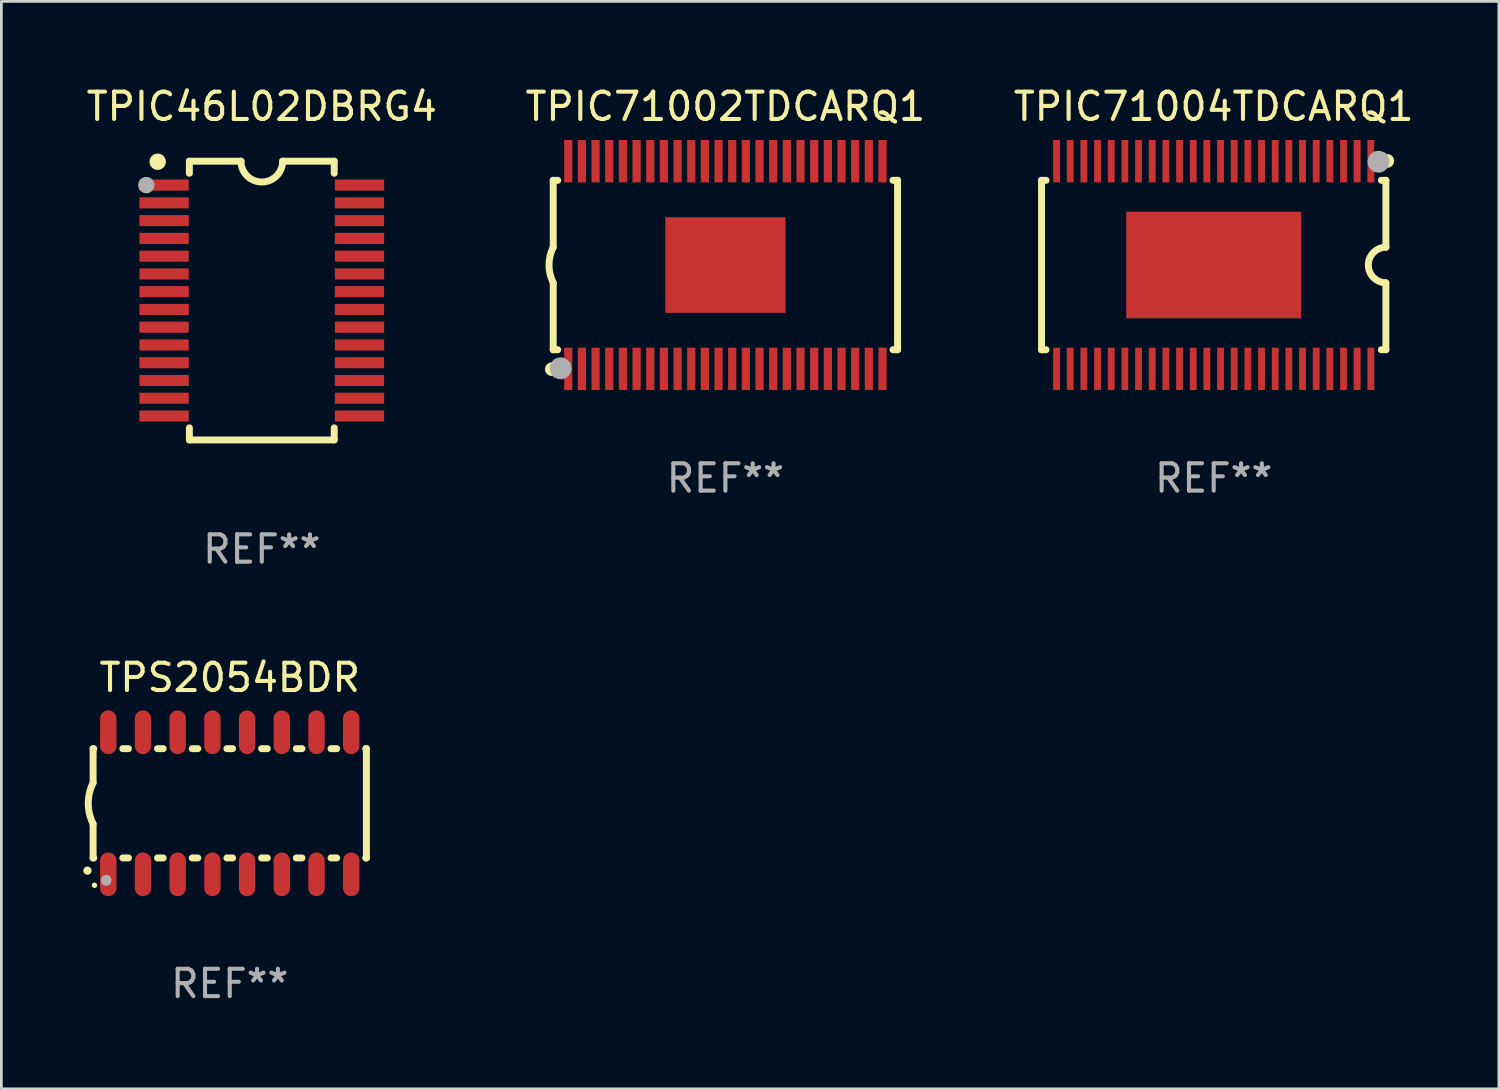
<source format=kicad_pcb>
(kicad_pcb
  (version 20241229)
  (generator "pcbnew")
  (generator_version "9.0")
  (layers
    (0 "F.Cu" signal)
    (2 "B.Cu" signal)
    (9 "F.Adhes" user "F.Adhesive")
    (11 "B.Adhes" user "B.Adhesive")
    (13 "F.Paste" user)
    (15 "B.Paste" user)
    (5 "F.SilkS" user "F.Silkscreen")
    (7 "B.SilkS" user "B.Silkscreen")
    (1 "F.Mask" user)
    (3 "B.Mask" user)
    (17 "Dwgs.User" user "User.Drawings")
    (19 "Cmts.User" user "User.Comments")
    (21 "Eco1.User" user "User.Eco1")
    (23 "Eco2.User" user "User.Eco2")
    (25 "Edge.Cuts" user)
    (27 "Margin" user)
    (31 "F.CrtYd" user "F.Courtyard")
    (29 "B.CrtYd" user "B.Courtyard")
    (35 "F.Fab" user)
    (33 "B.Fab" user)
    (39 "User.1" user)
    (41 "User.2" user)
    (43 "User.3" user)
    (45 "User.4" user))
  (footprint "TPS2054BDR"
    (layer "F.Cu")
    (at 5.357 26.345)
    (property "Reference" "TPS2054BDR" (at 0 -4.6 0) (layer "F.SilkS") (effects (font (size 1 1) (thickness 0.15))))
    (attr through_hole)
    (fp_line (start -5 -2) (end -5 -0.75) (stroke (width 0.254) (type solid)) (layer "F.SilkS"))
    (fp_line (start -5 -2) (end -4.976 -2) (stroke (width 0.254) (type solid)) (layer "F.SilkS"))
    (fp_line (start -5 2) (end -5 0.75) (stroke (width 0.254) (type solid)) (layer "F.SilkS"))
    (fp_line (start -5 2) (end -4.976 2) (stroke (width 0.254) (type solid)) (layer "F.SilkS"))
    (fp_line (start -3.914 -2) (end -3.706 -2) (stroke (width 0.254) (type solid)) (layer "F.SilkS"))
    (fp_line (start -3.914 2) (end -3.706 2) (stroke (width 0.254) (type solid)) (layer "F.SilkS"))
    (fp_line (start -2.644 -2) (end -2.436 -2) (stroke (width 0.254) (type solid)) (layer "F.SilkS"))
    (fp_line (start -2.644 2) (end -2.436 2) (stroke (width 0.254) (type solid)) (layer "F.SilkS"))
    (fp_line (start -1.374 -2) (end -1.166 -2) (stroke (width 0.254) (type solid)) (layer "F.SilkS"))
    (fp_line (start -1.374 2) (end -1.166 2) (stroke (width 0.254) (type solid)) (layer "F.SilkS"))
    (fp_line (start -0.104 -2) (end 0.104 -2) (stroke (width 0.254) (type solid)) (layer "F.SilkS"))
    (fp_line (start -0.104 2) (end 0.104 2) (stroke (width 0.254) (type solid)) (layer "F.SilkS"))
    (fp_line (start 1.166 -2) (end 1.374 -2) (stroke (width 0.254) (type solid)) (layer "F.SilkS"))
    (fp_line (start 1.166 2) (end 1.374 2) (stroke (width 0.254) (type solid)) (layer "F.SilkS"))
    (fp_line (start 2.436 -2) (end 2.644 -2) (stroke (width 0.254) (type solid)) (layer "F.SilkS"))
    (fp_line (start 2.436 2) (end 2.644 2) (stroke (width 0.254) (type solid)) (layer "F.SilkS"))
    (fp_line (start 3.706 -2) (end 3.914 -2) (stroke (width 0.254) (type solid)) (layer "F.SilkS"))
    (fp_line (start 3.706 2) (end 3.914 2) (stroke (width 0.254) (type solid)) (layer "F.SilkS"))
    (fp_line (start 4.976 -2) (end 5 -2) (stroke (width 0.254) (type solid)) (layer "F.SilkS"))
    (fp_line (start 4.976 2) (end 5 2) (stroke (width 0.254) (type solid)) (layer "F.SilkS"))
    (fp_line (start 5 2) (end 5 -2) (stroke (width 0.254) (type solid)) (layer "F.SilkS"))
    (fp_arc (start -5.20701 2.46383) (mid -5.20574 2.463825) (end -5.20447 2.46383) (stroke (width 0.3) (type solid)) (layer "F.SilkS"))
    (fp_arc (start -5 0.751207) (mid -5.177192 0.00061) (end -5 -0.749987) (stroke (width 0.254001) (type solid)) (layer "F.SilkS"))
    (fp_circle (center -4.95 3) (end -4.9 3) (stroke (width 0.1) (type solid)) (fill no) (layer "F.SilkS"))
    (fp_circle (center -4.521 2.819) (end -4.421 2.819) (stroke (width 0.2) (type solid)) (fill no) (layer "F.Fab"))
    (fp_text user "REF**" (at 0 6.6 0) (layer "F.Fab") (effects (font (size 1 1) (thickness 0.15))))
    (pad "1" smd oval (at -4.445 2.6 180) (size 0.6 1.6) (layers "F.Cu" "F.Mask" "F.Paste"))
    (pad "2" smd oval (at -3.175 2.6 180) (size 0.6 1.6) (layers "F.Cu" "F.Mask" "F.Paste"))
    (pad "3" smd oval (at -1.905 2.6 180) (size 0.6 1.6) (layers "F.Cu" "F.Mask" "F.Paste"))
    (pad "4" smd oval (at -0.635 2.6 180) (size 0.6 1.6) (layers "F.Cu" "F.Mask" "F.Paste"))
    (pad "5" smd oval (at 0.635 2.6 180) (size 0.6 1.6) (layers "F.Cu" "F.Mask" "F.Paste"))
    (pad "6" smd oval (at 1.905 2.6 180) (size 0.6 1.6) (layers "F.Cu" "F.Mask" "F.Paste"))
    (pad "7" smd oval (at 3.175 2.6 180) (size 0.6 1.6) (layers "F.Cu" "F.Mask" "F.Paste"))
    (pad "8" smd oval (at 4.445 2.6 180) (size 0.6 1.6) (layers "F.Cu" "F.Mask" "F.Paste"))
    (pad "9" smd oval (at 4.445 -2.6 180) (size 0.6 1.6) (layers "F.Cu" "F.Mask" "F.Paste"))
    (pad "10" smd oval (at 3.175 -2.6 180) (size 0.6 1.6) (layers "F.Cu" "F.Mask" "F.Paste"))
    (pad "11" smd oval (at 1.905 -2.6 180) (size 0.6 1.6) (layers "F.Cu" "F.Mask" "F.Paste"))
    (pad "12" smd oval (at 0.635 -2.6 180) (size 0.6 1.6) (layers "F.Cu" "F.Mask" "F.Paste"))
    (pad "13" smd oval (at -0.635 -2.6 180) (size 0.6 1.6) (layers "F.Cu" "F.Mask" "F.Paste"))
    (pad "14" smd oval (at -1.905 -2.6 180) (size 0.6 1.6) (layers "F.Cu" "F.Mask" "F.Paste"))
    (pad "15" smd oval (at -3.175 -2.6 180) (size 0.6 1.6) (layers "F.Cu" "F.Mask" "F.Paste"))
    (pad "16" smd oval (at -4.445 -2.6 180) (size 0.6 1.6) (layers "F.Cu" "F.Mask" "F.Paste")))
  (footprint "TPIC71002TDCARQ1"
    (layer "F.Cu")
    (at 23.494 6.648)
    (property "Reference" "TPIC71002TDCARQ1" (at 0 -5.8 0) (layer "F.SilkS") (effects (font (size 1 1) (thickness 0.15))))
    (attr through_hole)
    (fp_line (start -6.3 -3.1) (end -6.3 -0.65) (stroke (width 0.254) (type solid)) (layer "F.SilkS"))
    (fp_line (start -6.3 -3.1) (end -6.134 -3.1) (stroke (width 0.254) (type solid)) (layer "F.SilkS"))
    (fp_line (start -6.3 3.1) (end -6.3 0.65) (stroke (width 0.254) (type solid)) (layer "F.SilkS"))
    (fp_line (start -6.3 3.1) (end -6.134 3.1) (stroke (width 0.254) (type solid)) (layer "F.SilkS"))
    (fp_line (start 6.134 -3.1) (end 6.3 -3.1) (stroke (width 0.254) (type solid)) (layer "F.SilkS"))
    (fp_line (start 6.134 3.1) (end 6.3 3.1) (stroke (width 0.254) (type solid)) (layer "F.SilkS"))
    (fp_line (start 6.3 -3.1) (end 6.3 3.1) (stroke (width 0.254) (type solid)) (layer "F.SilkS"))
    (fp_arc (start -6.301041 0.650114) (mid -6.454155 -0.000082) (end -6.300025 -0.650038) (stroke (width 0.254001) (type solid)) (layer "F.SilkS"))
    (fp_circle (center -6.35 3.81) (end -6.223 3.81) (stroke (width 0.254) (type solid)) (fill no) (layer "F.SilkS"))
    (fp_circle (center -6.25 4.05) (end -6.22 4.05) (stroke (width 0.06) (type solid)) (fill no) (layer "F.SilkS"))
    (fp_circle (center -6.03 3.78) (end -5.83 3.78) (stroke (width 0.4) (type solid)) (fill no) (layer "F.Fab"))
    (fp_text user "REF**" (at 0 7.8 0) (layer "F.Fab") (effects (font (size 1 1) (thickness 0.15))))
    (pad "1" smd rect (at -5.75 3.8 180) (size 0.3 1.55) (layers "F.Cu" "F.Mask" "F.Paste"))
    (pad "2" smd rect (at -5.25 3.8 180) (size 0.3 1.55) (layers "F.Cu" "F.Mask" "F.Paste"))
    (pad "3" smd rect (at -4.75 3.8 180) (size 0.3 1.55) (layers "F.Cu" "F.Mask" "F.Paste"))
    (pad "4" smd rect (at -4.25 3.8 180) (size 0.3 1.55) (layers "F.Cu" "F.Mask" "F.Paste"))
    (pad "5" smd rect (at -3.75 3.8 180) (size 0.3 1.55) (layers "F.Cu" "F.Mask" "F.Paste"))
    (pad "6" smd rect (at -3.25 3.8 180) (size 0.3 1.55) (layers "F.Cu" "F.Mask" "F.Paste"))
    (pad "7" smd rect (at -2.75 3.8 180) (size 0.3 1.55) (layers "F.Cu" "F.Mask" "F.Paste"))
    (pad "8" smd rect (at -2.25 3.8 180) (size 0.3 1.55) (layers "F.Cu" "F.Mask" "F.Paste"))
    (pad "9" smd rect (at -1.75 3.8 180) (size 0.3 1.55) (layers "F.Cu" "F.Mask" "F.Paste"))
    (pad "10" smd rect (at -1.25 3.8 180) (size 0.3 1.55) (layers "F.Cu" "F.Mask" "F.Paste"))
    (pad "11" smd rect (at -0.75 3.8 180) (size 0.3 1.55) (layers "F.Cu" "F.Mask" "F.Paste"))
    (pad "12" smd rect (at -0.25 3.8 180) (size 0.3 1.55) (layers "F.Cu" "F.Mask" "F.Paste"))
    (pad "13" smd rect (at 0.25 3.8 180) (size 0.3 1.55) (layers "F.Cu" "F.Mask" "F.Paste"))
    (pad "14" smd rect (at 0.75 3.8 180) (size 0.3 1.55) (layers "F.Cu" "F.Mask" "F.Paste"))
    (pad "15" smd rect (at 1.25 3.8 180) (size 0.3 1.55) (layers "F.Cu" "F.Mask" "F.Paste"))
    (pad "16" smd rect (at 1.75 3.8 180) (size 0.3 1.55) (layers "F.Cu" "F.Mask" "F.Paste"))
    (pad "17" smd rect (at 2.25 3.8 180) (size 0.3 1.55) (layers "F.Cu" "F.Mask" "F.Paste"))
    (pad "18" smd rect (at 2.75 3.8 180) (size 0.3 1.55) (layers "F.Cu" "F.Mask" "F.Paste"))
    (pad "19" smd rect (at 3.25 3.8 180) (size 0.3 1.55) (layers "F.Cu" "F.Mask" "F.Paste"))
    (pad "20" smd rect (at 3.75 3.8 180) (size 0.3 1.55) (layers "F.Cu" "F.Mask" "F.Paste"))
    (pad "21" smd rect (at 4.25 3.8 180) (size 0.3 1.55) (layers "F.Cu" "F.Mask" "F.Paste"))
    (pad "22" smd rect (at 4.75 3.8 180) (size 0.3 1.55) (layers "F.Cu" "F.Mask" "F.Paste"))
    (pad "23" smd rect (at 5.25 3.8 180) (size 0.3 1.55) (layers "F.Cu" "F.Mask" "F.Paste"))
    (pad "24" smd rect (at 5.75 3.8 180) (size 0.3 1.55) (layers "F.Cu" "F.Mask" "F.Paste"))
    (pad "25" smd rect (at 5.75 -3.8 180) (size 0.3 1.55) (layers "F.Cu" "F.Mask" "F.Paste"))
    (pad "26" smd rect (at 5.25 -3.8 180) (size 0.3 1.55) (layers "F.Cu" "F.Mask" "F.Paste"))
    (pad "27" smd rect (at 4.75 -3.8 180) (size 0.3 1.55) (layers "F.Cu" "F.Mask" "F.Paste"))
    (pad "28" smd rect (at 4.25 -3.8 180) (size 0.3 1.55) (layers "F.Cu" "F.Mask" "F.Paste"))
    (pad "29" smd rect (at 3.75 -3.8 180) (size 0.3 1.55) (layers "F.Cu" "F.Mask" "F.Paste"))
    (pad "30" smd rect (at 3.25 -3.8 180) (size 0.3 1.55) (layers "F.Cu" "F.Mask" "F.Paste"))
    (pad "31" smd rect (at 2.75 -3.8 180) (size 0.3 1.55) (layers "F.Cu" "F.Mask" "F.Paste"))
    (pad "32" smd rect (at 2.25 -3.8 180) (size 0.3 1.55) (layers "F.Cu" "F.Mask" "F.Paste"))
    (pad "33" smd rect (at 1.75 -3.8 180) (size 0.3 1.55) (layers "F.Cu" "F.Mask" "F.Paste"))
    (pad "34" smd rect (at 1.25 -3.8 180) (size 0.3 1.55) (layers "F.Cu" "F.Mask" "F.Paste"))
    (pad "35" smd rect (at 0.75 -3.8 180) (size 0.3 1.55) (layers "F.Cu" "F.Mask" "F.Paste"))
    (pad "36" smd rect (at 0.25 -3.8 180) (size 0.3 1.55) (layers "F.Cu" "F.Mask" "F.Paste"))
    (pad "37" smd rect (at -0.25 -3.8 180) (size 0.3 1.55) (layers "F.Cu" "F.Mask" "F.Paste"))
    (pad "38" smd rect (at -0.75 -3.8 180) (size 0.3 1.55) (layers "F.Cu" "F.Mask" "F.Paste"))
    (pad "39" smd rect (at -1.25 -3.8 180) (size 0.3 1.55) (layers "F.Cu" "F.Mask" "F.Paste"))
    (pad "40" smd rect (at -1.75 -3.8 180) (size 0.3 1.55) (layers "F.Cu" "F.Mask" "F.Paste"))
    (pad "41" smd rect (at -2.25 -3.8 180) (size 0.3 1.55) (layers "F.Cu" "F.Mask" "F.Paste"))
    (pad "42" smd rect (at -2.75 -3.8 180) (size 0.3 1.55) (layers "F.Cu" "F.Mask" "F.Paste"))
    (pad "43" smd rect (at -3.25 -3.8 180) (size 0.3 1.55) (layers "F.Cu" "F.Mask" "F.Paste"))
    (pad "44" smd rect (at -3.75 -3.8 180) (size 0.3 1.55) (layers "F.Cu" "F.Mask" "F.Paste"))
    (pad "45" smd rect (at -4.25 -3.8 180) (size 0.3 1.55) (layers "F.Cu" "F.Mask" "F.Paste"))
    (pad "46" smd rect (at -4.75 -3.8 180) (size 0.3 1.55) (layers "F.Cu" "F.Mask" "F.Paste"))
    (pad "47" smd rect (at -5.25 -3.8 180) (size 0.3 1.55) (layers "F.Cu" "F.Mask" "F.Paste"))
    (pad "48" smd rect (at -5.75 -3.8 180) (size 0.3 1.55) (layers "F.Cu" "F.Mask" "F.Paste"))
    (pad "49" smd rect (at 0 -0.000127 180) (size 4.4 3.5) (layers "F.Cu" "F.Mask" "F.Paste")))
  (footprint "TPIC46L02DBRG4"
    (layer "F.Cu")
    (at 6.53 7.948)
    (property "Reference" "TPIC46L02DBRG4" (at 0 -7.1 0) (layer "F.SilkS") (effects (font (size 1 1) (thickness 0.15))))
    (attr through_hole)
    (fp_line (start -2.65 -5.1) (end -0.762 -5.1) (stroke (width 0.254) (type solid)) (layer "F.SilkS"))
    (fp_line (start -2.65 -4.658) (end -2.65 -5.1) (stroke (width 0.254) (type solid)) (layer "F.SilkS"))
    (fp_line (start -2.65 5.1) (end -2.65 4.658) (stroke (width 0.254) (type solid)) (layer "F.SilkS"))
    (fp_line (start -2.65 5.1) (end 2.65 5.1) (stroke (width 0.254) (type solid)) (layer "F.SilkS"))
    (fp_line (start 2.65 -5.1) (end 0.762 -5.1) (stroke (width 0.254) (type solid)) (layer "F.SilkS"))
    (fp_line (start 2.65 -5.1) (end 2.65 -4.658) (stroke (width 0.254) (type solid)) (layer "F.SilkS"))
    (fp_line (start 2.65 4.658) (end 2.65 5.1) (stroke (width 0.254) (type solid)) (layer "F.SilkS"))
    (fp_arc (start 0.761925 -5.1) (mid -0.000241 -4.338329) (end -0.762077 -5.10033) (stroke (width 0.254001) (type solid)) (layer "F.SilkS"))
    (fp_circle (center -3.858 -5.07) (end -3.828 -5.07) (stroke (width 0.06) (type solid)) (fill no) (layer "F.SilkS"))
    (fp_circle (center -3.81 -5.08) (end -3.66 -5.08) (stroke (width 0.3) (type solid)) (fill no) (layer "F.SilkS"))
    (fp_circle (center -4.225 -4.225) (end -4.075 -4.225) (stroke (width 0.3) (type solid)) (fill no) (layer "F.Fab"))
    (fp_text user "REF**" (at 0 9.1 0) (layer "F.Fab") (effects (font (size 1 1) (thickness 0.15))))
    (pad "1" smd rect (at -3.575 -4.225) (size 1.803 0.406) (layers "F.Cu" "F.Mask" "F.Paste"))
    (pad "2" smd rect (at -3.575 -3.575) (size 1.803 0.406) (layers "F.Cu" "F.Mask" "F.Paste"))
    (pad "3" smd rect (at -3.575 -2.925) (size 1.803 0.406) (layers "F.Cu" "F.Mask" "F.Paste"))
    (pad "4" smd rect (at -3.575 -2.275) (size 1.803 0.406) (layers "F.Cu" "F.Mask" "F.Paste"))
    (pad "5" smd rect (at -3.575 -1.625) (size 1.803 0.406) (layers "F.Cu" "F.Mask" "F.Paste"))
    (pad "6" smd rect (at -3.575 -0.975) (size 1.803 0.406) (layers "F.Cu" "F.Mask" "F.Paste"))
    (pad "7" smd rect (at -3.575 -0.325) (size 1.803 0.406) (layers "F.Cu" "F.Mask" "F.Paste"))
    (pad "8" smd rect (at -3.575 0.325) (size 1.803 0.406) (layers "F.Cu" "F.Mask" "F.Paste"))
    (pad "9" smd rect (at -3.575 0.975) (size 1.803 0.406) (layers "F.Cu" "F.Mask" "F.Paste"))
    (pad "10" smd rect (at -3.575 1.625) (size 1.803 0.406) (layers "F.Cu" "F.Mask" "F.Paste"))
    (pad "11" smd rect (at -3.575 2.275) (size 1.803 0.406) (layers "F.Cu" "F.Mask" "F.Paste"))
    (pad "12" smd rect (at -3.575 2.925) (size 1.803 0.406) (layers "F.Cu" "F.Mask" "F.Paste"))
    (pad "13" smd rect (at -3.575 3.575) (size 1.803 0.406) (layers "F.Cu" "F.Mask" "F.Paste"))
    (pad "14" smd rect (at -3.575 4.225) (size 1.803 0.406) (layers "F.Cu" "F.Mask" "F.Paste"))
    (pad "15" smd rect (at 3.575 4.225) (size 1.803 0.406) (layers "F.Cu" "F.Mask" "F.Paste"))
    (pad "16" smd rect (at 3.575 3.575) (size 1.803 0.406) (layers "F.Cu" "F.Mask" "F.Paste"))
    (pad "17" smd rect (at 3.575 2.925) (size 1.803 0.406) (layers "F.Cu" "F.Mask" "F.Paste"))
    (pad "18" smd rect (at 3.575 2.275) (size 1.803 0.406) (layers "F.Cu" "F.Mask" "F.Paste"))
    (pad "19" smd rect (at 3.575 1.625) (size 1.803 0.406) (layers "F.Cu" "F.Mask" "F.Paste"))
    (pad "20" smd rect (at 3.575 0.975) (size 1.803 0.406) (layers "F.Cu" "F.Mask" "F.Paste"))
    (pad "21" smd rect (at 3.575 0.325) (size 1.803 0.406) (layers "F.Cu" "F.Mask" "F.Paste"))
    (pad "22" smd rect (at 3.575 -0.325) (size 1.803 0.406) (layers "F.Cu" "F.Mask" "F.Paste"))
    (pad "23" smd rect (at 3.575 -0.975) (size 1.803 0.406) (layers "F.Cu" "F.Mask" "F.Paste"))
    (pad "24" smd rect (at 3.575 -1.625) (size 1.803 0.406) (layers "F.Cu" "F.Mask" "F.Paste"))
    (pad "25" smd rect (at 3.575 -2.275) (size 1.803 0.406) (layers "F.Cu" "F.Mask" "F.Paste"))
    (pad "26" smd rect (at 3.575 -2.925) (size 1.803 0.406) (layers "F.Cu" "F.Mask" "F.Paste"))
    (pad "27" smd rect (at 3.575 -3.575) (size 1.803 0.406) (layers "F.Cu" "F.Mask" "F.Paste"))
    (pad "28" smd rect (at 3.575 -4.225) (size 1.803 0.406) (layers "F.Cu" "F.Mask" "F.Paste")))
  (footprint "TPIC71004TDCARQ1"
    (layer "F.Cu")
    (at 41.363 6.648)
    (property "Reference" "TPIC71004TDCARQ1" (at 0 -5.8 0) (layer "F.SilkS") (effects (font (size 1 1) (thickness 0.15))))
    (attr through_hole)
    (fp_line (start -6.3 3.1) (end -6.3 -3.1) (stroke (width 0.254) (type solid)) (layer "F.SilkS"))
    (fp_line (start -6.134 -3.1) (end -6.3 -3.1) (stroke (width 0.254) (type solid)) (layer "F.SilkS"))
    (fp_line (start -6.134 3.1) (end -6.3 3.1) (stroke (width 0.254) (type solid)) (layer "F.SilkS"))
    (fp_line (start 6.3 -3.1) (end 6.134 -3.1) (stroke (width 0.254) (type solid)) (layer "F.SilkS"))
    (fp_line (start 6.3 -3.1) (end 6.3 -0.65) (stroke (width 0.254) (type solid)) (layer "F.SilkS"))
    (fp_line (start 6.3 3.1) (end 6.134 3.1) (stroke (width 0.254) (type solid)) (layer "F.SilkS"))
    (fp_line (start 6.3 3.1) (end 6.3 0.65) (stroke (width 0.254) (type solid)) (layer "F.SilkS"))
    (fp_arc (start 6.300025 0.650013) (mid 5.650977 -0.000572) (end 6.301042 -0.65014) (stroke (width 0.254001) (type solid)) (layer "F.SilkS"))
    (fp_circle (center 6.25 -4.05) (end 6.28 -4.05) (stroke (width 0.06) (type solid)) (fill no) (layer "F.SilkS"))
    (fp_circle (center 6.35 -3.81) (end 6.477 -3.81) (stroke (width 0.254) (type solid)) (fill no) (layer "F.SilkS"))
    (fp_circle (center 6.03 -3.78) (end 6.23 -3.78) (stroke (width 0.4) (type solid)) (fill no) (layer "F.Fab"))
    (fp_text user "REF**" (at 0 7.8 0) (layer "F.Fab") (effects (font (size 1 1) (thickness 0.15))))
    (pad "1" smd rect (at 5.75 -3.8) (size 0.25 1.55) (layers "F.Cu" "F.Mask" "F.Paste"))
    (pad "2" smd rect (at 5.25 -3.8) (size 0.25 1.55) (layers "F.Cu" "F.Mask" "F.Paste"))
    (pad "3" smd rect (at 4.75 -3.8) (size 0.25 1.55) (layers "F.Cu" "F.Mask" "F.Paste"))
    (pad "4" smd rect (at 4.25 -3.8) (size 0.25 1.55) (layers "F.Cu" "F.Mask" "F.Paste"))
    (pad "5" smd rect (at 3.75 -3.8) (size 0.25 1.55) (layers "F.Cu" "F.Mask" "F.Paste"))
    (pad "6" smd rect (at 3.25 -3.8) (size 0.25 1.55) (layers "F.Cu" "F.Mask" "F.Paste"))
    (pad "7" smd rect (at 2.75 -3.8) (size 0.25 1.55) (layers "F.Cu" "F.Mask" "F.Paste"))
    (pad "8" smd rect (at 2.25 -3.8) (size 0.25 1.55) (layers "F.Cu" "F.Mask" "F.Paste"))
    (pad "9" smd rect (at 1.75 -3.8) (size 0.25 1.55) (layers "F.Cu" "F.Mask" "F.Paste"))
    (pad "10" smd rect (at 1.25 -3.8) (size 0.25 1.55) (layers "F.Cu" "F.Mask" "F.Paste"))
    (pad "11" smd rect (at 0.75 -3.8) (size 0.25 1.55) (layers "F.Cu" "F.Mask" "F.Paste"))
    (pad "12" smd rect (at 0.25 -3.8) (size 0.25 1.55) (layers "F.Cu" "F.Mask" "F.Paste"))
    (pad "13" smd rect (at -0.25 -3.8) (size 0.25 1.55) (layers "F.Cu" "F.Mask" "F.Paste"))
    (pad "14" smd rect (at -0.75 -3.8) (size 0.25 1.55) (layers "F.Cu" "F.Mask" "F.Paste"))
    (pad "15" smd rect (at -1.25 -3.8) (size 0.25 1.55) (layers "F.Cu" "F.Mask" "F.Paste"))
    (pad "16" smd rect (at -1.75 -3.8) (size 0.25 1.55) (layers "F.Cu" "F.Mask" "F.Paste"))
    (pad "17" smd rect (at -2.25 -3.8) (size 0.25 1.55) (layers "F.Cu" "F.Mask" "F.Paste"))
    (pad "18" smd rect (at -2.75 -3.8) (size 0.25 1.55) (layers "F.Cu" "F.Mask" "F.Paste"))
    (pad "19" smd rect (at -3.25 -3.8) (size 0.25 1.55) (layers "F.Cu" "F.Mask" "F.Paste"))
    (pad "20" smd rect (at -3.75 -3.8) (size 0.25 1.55) (layers "F.Cu" "F.Mask" "F.Paste"))
    (pad "21" smd rect (at -4.25 -3.8) (size 0.25 1.55) (layers "F.Cu" "F.Mask" "F.Paste"))
    (pad "22" smd rect (at -4.75 -3.8) (size 0.25 1.55) (layers "F.Cu" "F.Mask" "F.Paste"))
    (pad "23" smd rect (at -5.25 -3.8) (size 0.25 1.55) (layers "F.Cu" "F.Mask" "F.Paste"))
    (pad "24" smd rect (at -5.75 -3.8) (size 0.25 1.55) (layers "F.Cu" "F.Mask" "F.Paste"))
    (pad "25" smd rect (at -5.75 3.8) (size 0.25 1.55) (layers "F.Cu" "F.Mask" "F.Paste"))
    (pad "26" smd rect (at -5.25 3.8) (size 0.25 1.55) (layers "F.Cu" "F.Mask" "F.Paste"))
    (pad "27" smd rect (at -4.75 3.8) (size 0.25 1.55) (layers "F.Cu" "F.Mask" "F.Paste"))
    (pad "28" smd rect (at -4.25 3.8) (size 0.25 1.55) (layers "F.Cu" "F.Mask" "F.Paste"))
    (pad "29" smd rect (at -3.75 3.8) (size 0.25 1.55) (layers "F.Cu" "F.Mask" "F.Paste"))
    (pad "30" smd rect (at -3.25 3.8) (size 0.25 1.55) (layers "F.Cu" "F.Mask" "F.Paste"))
    (pad "31" smd rect (at -2.75 3.8) (size 0.25 1.55) (layers "F.Cu" "F.Mask" "F.Paste"))
    (pad "32" smd rect (at -2.25 3.8) (size 0.25 1.55) (layers "F.Cu" "F.Mask" "F.Paste"))
    (pad "33" smd rect (at -1.75 3.8) (size 0.25 1.55) (layers "F.Cu" "F.Mask" "F.Paste"))
    (pad "34" smd rect (at -1.25 3.8) (size 0.25 1.55) (layers "F.Cu" "F.Mask" "F.Paste"))
    (pad "35" smd rect (at -0.75 3.8) (size 0.25 1.55) (layers "F.Cu" "F.Mask" "F.Paste"))
    (pad "36" smd rect (at -0.25 3.8) (size 0.25 1.55) (layers "F.Cu" "F.Mask" "F.Paste"))
    (pad "37" smd rect (at 0.25 3.8) (size 0.25 1.55) (layers "F.Cu" "F.Mask" "F.Paste"))
    (pad "38" smd rect (at 0.75 3.8) (size 0.25 1.55) (layers "F.Cu" "F.Mask" "F.Paste"))
    (pad "39" smd rect (at 1.25 3.8) (size 0.25 1.55) (layers "F.Cu" "F.Mask" "F.Paste"))
    (pad "40" smd rect (at 1.75 3.8) (size 0.25 1.55) (layers "F.Cu" "F.Mask" "F.Paste"))
    (pad "41" smd rect (at 2.25 3.8) (size 0.25 1.55) (layers "F.Cu" "F.Mask" "F.Paste"))
    (pad "42" smd rect (at 2.75 3.8) (size 0.25 1.55) (layers "F.Cu" "F.Mask" "F.Paste"))
    (pad "43" smd rect (at 3.25 3.8) (size 0.25 1.55) (layers "F.Cu" "F.Mask" "F.Paste"))
    (pad "44" smd rect (at 3.75 3.8) (size 0.25 1.55) (layers "F.Cu" "F.Mask" "F.Paste"))
    (pad "45" smd rect (at 4.25 3.8) (size 0.25 1.55) (layers "F.Cu" "F.Mask" "F.Paste"))
    (pad "46" smd rect (at 4.75 3.8) (size 0.25 1.55) (layers "F.Cu" "F.Mask" "F.Paste"))
    (pad "47" smd rect (at 5.25 3.8) (size 0.25 1.55) (layers "F.Cu" "F.Mask" "F.Paste"))
    (pad "48" smd rect (at 5.75 3.8) (size 0.25 1.55) (layers "F.Cu" "F.Mask" "F.Paste"))
    (pad "49" smd rect (at -0.000025 0.000127) (size 6.4 3.9) (layers "F.Cu" "F.Mask" "F.Paste")))
  (gr_rect
    (start -3 -3)
    (end 51.798 36.793)
    (stroke (width 0.1) (type default))
    (fill no)
    (layer "Edge.Cuts")))
</source>
